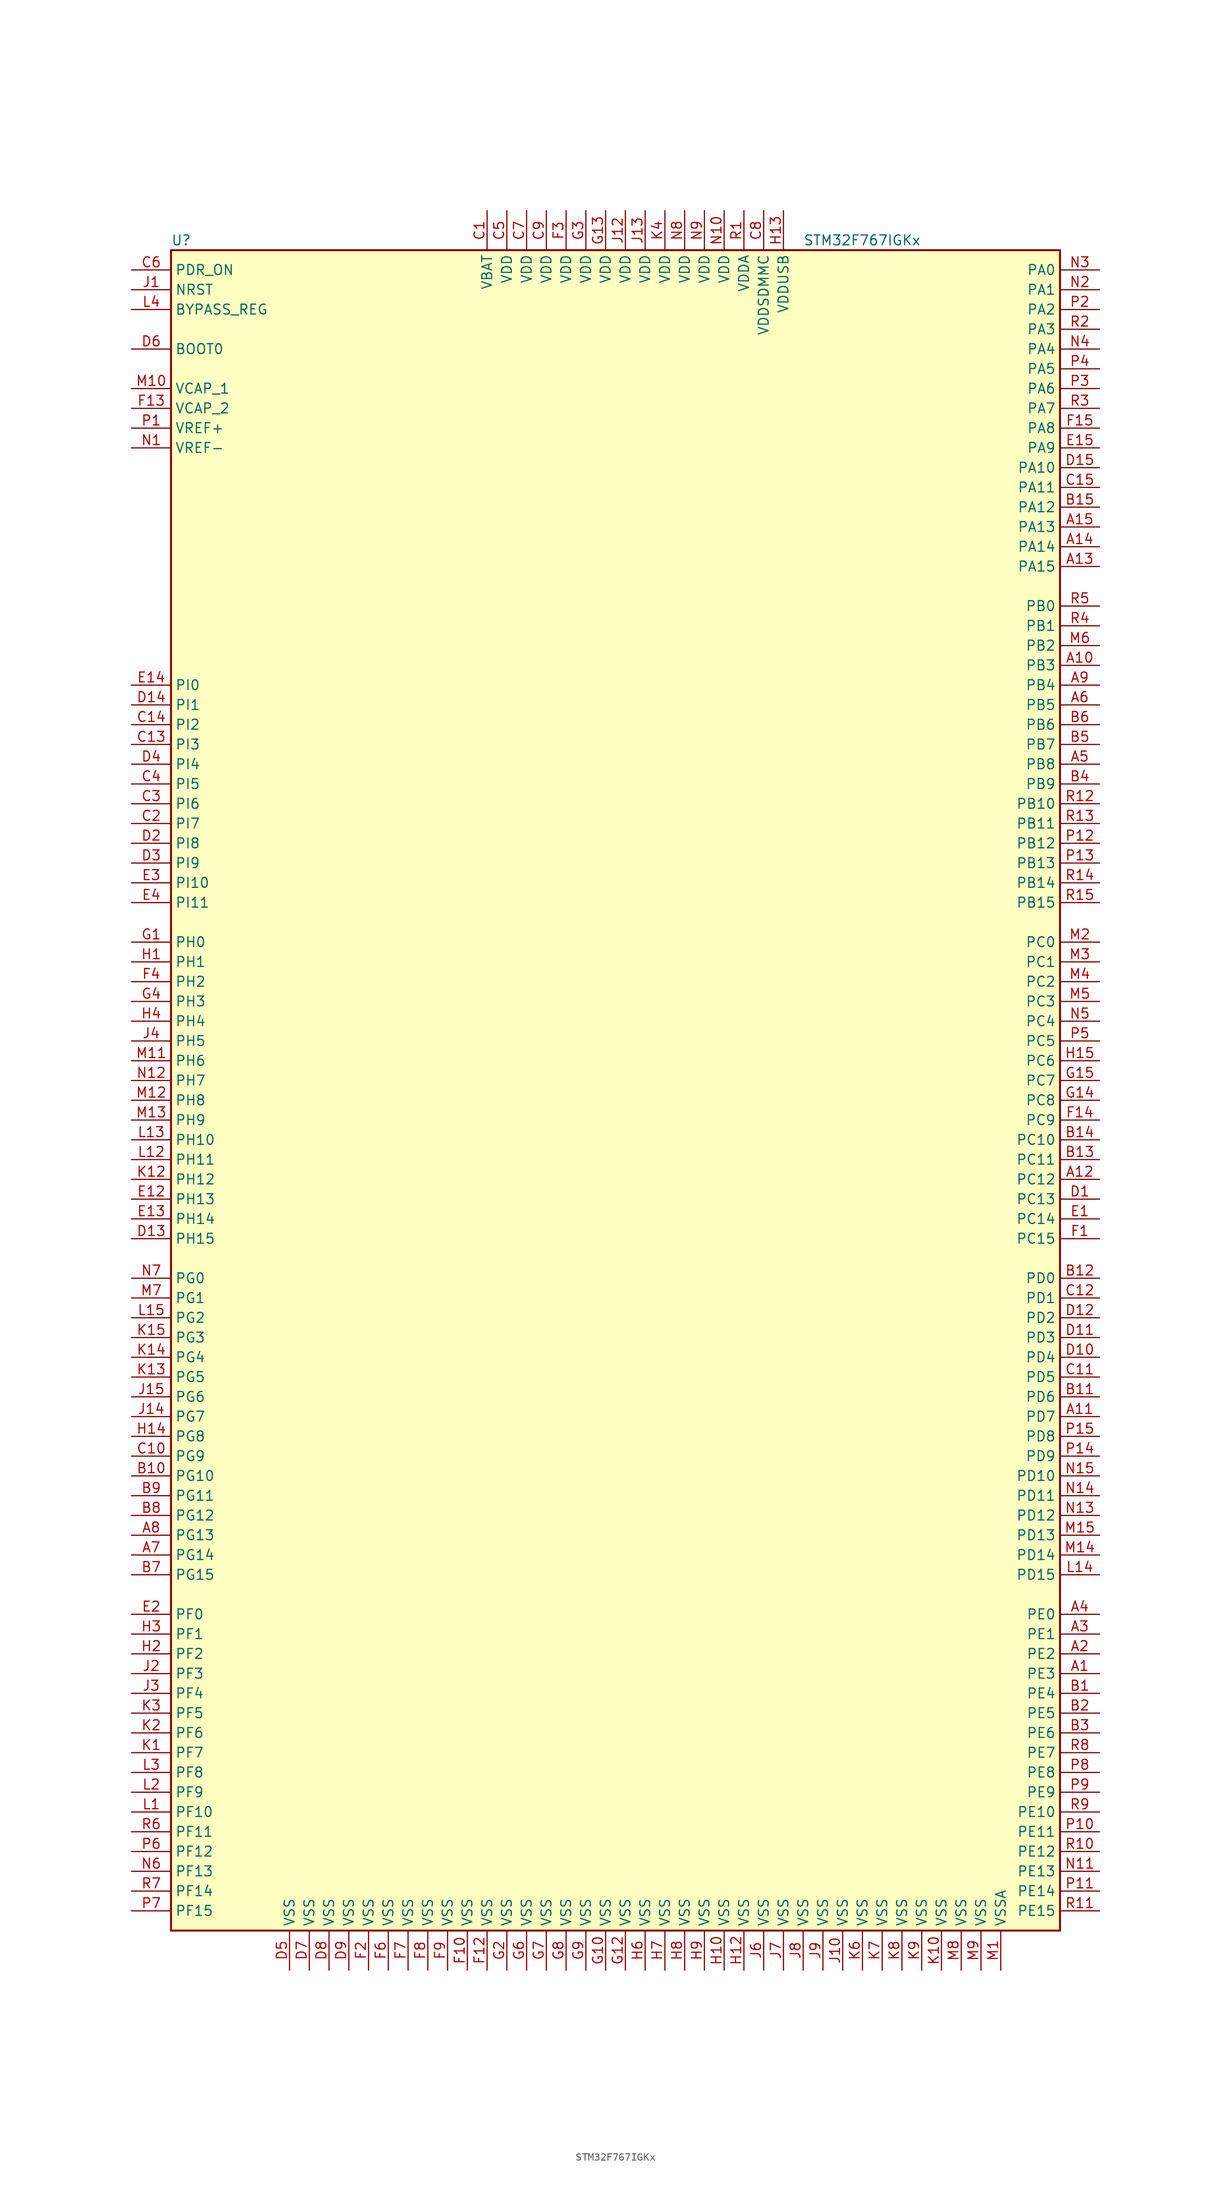
<source format=kicad_sym>
(kicad_symbol_lib
  (version 20201005)
  (generator kicad_symbol_editor)
  (symbol "MCU_ST_STM32F7:STM32F767IGKx"
    (property "Reference" "U"
      (at -58.42 107.95 0)
      (effects (font (size 1.27 1.27)) (justify left)))
    (property "Value" "STM32F767IGKx"
      (at 22.86 107.95 0)
      (effects (font (size 1.27 1.27)) (justify left)))
    (symbol "STM32F767IGKx_0_1"
      (rectangle (start -58.42 -109.22) (end 55.88 106.68) (stroke (width 0.254)) (fill (type background))))
    (symbol "STM32F767IGKx_1_1"
      (pin input line (at -63.5 93.98 0) (length 5.08) (name "BOOT0" (effects (font (size 1.27 1.27)))) (number "D6" (effects (font (size 1.27 1.27)))))
      (pin input line (at -63.5 99.06 0) (length 5.08) (name "BYPASS_REG" (effects (font (size 1.27 1.27)))) (number "L4" (effects (font (size 1.27 1.27)))))
      (pin input line (at -63.5 101.6 0) (length 5.08) (name "NRST" (effects (font (size 1.27 1.27)))) (number "J1" (effects (font (size 1.27 1.27)))))
      (pin bidirectional line (at 60.96 104.14 180) (length 5.08) (name "PA0" (effects (font (size 1.27 1.27)))) (number "N3" (effects (font (size 1.27 1.27)))))
      (pin bidirectional line (at 60.96 101.6 180) (length 5.08) (name "PA1" (effects (font (size 1.27 1.27)))) (number "N2" (effects (font (size 1.27 1.27)))))
      (pin bidirectional line (at 60.96 78.74 180) (length 5.08) (name "PA10" (effects (font (size 1.27 1.27)))) (number "D15" (effects (font (size 1.27 1.27)))))
      (pin bidirectional line (at 60.96 76.2 180) (length 5.08) (name "PA11" (effects (font (size 1.27 1.27)))) (number "C15" (effects (font (size 1.27 1.27)))))
      (pin bidirectional line (at 60.96 73.66 180) (length 5.08) (name "PA12" (effects (font (size 1.27 1.27)))) (number "B15" (effects (font (size 1.27 1.27)))))
      (pin bidirectional line (at 60.96 71.12 180) (length 5.08) (name "PA13" (effects (font (size 1.27 1.27)))) (number "A15" (effects (font (size 1.27 1.27)))))
      (pin bidirectional line (at 60.96 68.58 180) (length 5.08) (name "PA14" (effects (font (size 1.27 1.27)))) (number "A14" (effects (font (size 1.27 1.27)))))
      (pin bidirectional line (at 60.96 66.04 180) (length 5.08) (name "PA15" (effects (font (size 1.27 1.27)))) (number "A13" (effects (font (size 1.27 1.27)))))
      (pin bidirectional line (at 60.96 99.06 180) (length 5.08) (name "PA2" (effects (font (size 1.27 1.27)))) (number "P2" (effects (font (size 1.27 1.27)))))
      (pin bidirectional line (at 60.96 96.52 180) (length 5.08) (name "PA3" (effects (font (size 1.27 1.27)))) (number "R2" (effects (font (size 1.27 1.27)))))
      (pin bidirectional line (at 60.96 93.98 180) (length 5.08) (name "PA4" (effects (font (size 1.27 1.27)))) (number "N4" (effects (font (size 1.27 1.27)))))
      (pin bidirectional line (at 60.96 91.44 180) (length 5.08) (name "PA5" (effects (font (size 1.27 1.27)))) (number "P4" (effects (font (size 1.27 1.27)))))
      (pin bidirectional line (at 60.96 88.9 180) (length 5.08) (name "PA6" (effects (font (size 1.27 1.27)))) (number "P3" (effects (font (size 1.27 1.27)))))
      (pin bidirectional line (at 60.96 86.36 180) (length 5.08) (name "PA7" (effects (font (size 1.27 1.27)))) (number "R3" (effects (font (size 1.27 1.27)))))
      (pin bidirectional line (at 60.96 83.82 180) (length 5.08) (name "PA8" (effects (font (size 1.27 1.27)))) (number "F15" (effects (font (size 1.27 1.27)))))
      (pin bidirectional line (at 60.96 81.28 180) (length 5.08) (name "PA9" (effects (font (size 1.27 1.27)))) (number "E15" (effects (font (size 1.27 1.27)))))
      (pin bidirectional line (at 60.96 60.96 180) (length 5.08) (name "PB0" (effects (font (size 1.27 1.27)))) (number "R5" (effects (font (size 1.27 1.27)))))
      (pin bidirectional line (at 60.96 58.42 180) (length 5.08) (name "PB1" (effects (font (size 1.27 1.27)))) (number "R4" (effects (font (size 1.27 1.27)))))
      (pin bidirectional line (at 60.96 35.56 180) (length 5.08) (name "PB10" (effects (font (size 1.27 1.27)))) (number "R12" (effects (font (size 1.27 1.27)))))
      (pin bidirectional line (at 60.96 33.02 180) (length 5.08) (name "PB11" (effects (font (size 1.27 1.27)))) (number "R13" (effects (font (size 1.27 1.27)))))
      (pin bidirectional line (at 60.96 30.48 180) (length 5.08) (name "PB12" (effects (font (size 1.27 1.27)))) (number "P12" (effects (font (size 1.27 1.27)))))
      (pin bidirectional line (at 60.96 27.94 180) (length 5.08) (name "PB13" (effects (font (size 1.27 1.27)))) (number "P13" (effects (font (size 1.27 1.27)))))
      (pin bidirectional line (at 60.96 25.4 180) (length 5.08) (name "PB14" (effects (font (size 1.27 1.27)))) (number "R14" (effects (font (size 1.27 1.27)))))
      (pin bidirectional line (at 60.96 22.86 180) (length 5.08) (name "PB15" (effects (font (size 1.27 1.27)))) (number "R15" (effects (font (size 1.27 1.27)))))
      (pin bidirectional line (at 60.96 55.88 180) (length 5.08) (name "PB2" (effects (font (size 1.27 1.27)))) (number "M6" (effects (font (size 1.27 1.27)))))
      (pin bidirectional line (at 60.96 53.34 180) (length 5.08) (name "PB3" (effects (font (size 1.27 1.27)))) (number "A10" (effects (font (size 1.27 1.27)))))
      (pin bidirectional line (at 60.96 50.8 180) (length 5.08) (name "PB4" (effects (font (size 1.27 1.27)))) (number "A9" (effects (font (size 1.27 1.27)))))
      (pin bidirectional line (at 60.96 48.26 180) (length 5.08) (name "PB5" (effects (font (size 1.27 1.27)))) (number "A6" (effects (font (size 1.27 1.27)))))
      (pin bidirectional line (at 60.96 45.72 180) (length 5.08) (name "PB6" (effects (font (size 1.27 1.27)))) (number "B6" (effects (font (size 1.27 1.27)))))
      (pin bidirectional line (at 60.96 43.18 180) (length 5.08) (name "PB7" (effects (font (size 1.27 1.27)))) (number "B5" (effects (font (size 1.27 1.27)))))
      (pin bidirectional line (at 60.96 40.64 180) (length 5.08) (name "PB8" (effects (font (size 1.27 1.27)))) (number "A5" (effects (font (size 1.27 1.27)))))
      (pin bidirectional line (at 60.96 38.1 180) (length 5.08) (name "PB9" (effects (font (size 1.27 1.27)))) (number "B4" (effects (font (size 1.27 1.27)))))
      (pin bidirectional line (at 60.96 17.78 180) (length 5.08) (name "PC0" (effects (font (size 1.27 1.27)))) (number "M2" (effects (font (size 1.27 1.27)))))
      (pin bidirectional line (at 60.96 15.24 180) (length 5.08) (name "PC1" (effects (font (size 1.27 1.27)))) (number "M3" (effects (font (size 1.27 1.27)))))
      (pin bidirectional line (at 60.96 -7.62 180) (length 5.08) (name "PC10" (effects (font (size 1.27 1.27)))) (number "B14" (effects (font (size 1.27 1.27)))))
      (pin bidirectional line (at 60.96 -10.16 180) (length 5.08) (name "PC11" (effects (font (size 1.27 1.27)))) (number "B13" (effects (font (size 1.27 1.27)))))
      (pin bidirectional line (at 60.96 -12.7 180) (length 5.08) (name "PC12" (effects (font (size 1.27 1.27)))) (number "A12" (effects (font (size 1.27 1.27)))))
      (pin bidirectional line (at 60.96 -15.24 180) (length 5.08) (name "PC13" (effects (font (size 1.27 1.27)))) (number "D1" (effects (font (size 1.27 1.27)))))
      (pin bidirectional line (at 60.96 -17.78 180) (length 5.08) (name "PC14" (effects (font (size 1.27 1.27)))) (number "E1" (effects (font (size 1.27 1.27)))))
      (pin bidirectional line (at 60.96 -20.32 180) (length 5.08) (name "PC15" (effects (font (size 1.27 1.27)))) (number "F1" (effects (font (size 1.27 1.27)))))
      (pin bidirectional line (at 60.96 12.7 180) (length 5.08) (name "PC2" (effects (font (size 1.27 1.27)))) (number "M4" (effects (font (size 1.27 1.27)))))
      (pin bidirectional line (at 60.96 10.16 180) (length 5.08) (name "PC3" (effects (font (size 1.27 1.27)))) (number "M5" (effects (font (size 1.27 1.27)))))
      (pin bidirectional line (at 60.96 7.62 180) (length 5.08) (name "PC4" (effects (font (size 1.27 1.27)))) (number "N5" (effects (font (size 1.27 1.27)))))
      (pin bidirectional line (at 60.96 5.08 180) (length 5.08) (name "PC5" (effects (font (size 1.27 1.27)))) (number "P5" (effects (font (size 1.27 1.27)))))
      (pin bidirectional line (at 60.96 2.54 180) (length 5.08) (name "PC6" (effects (font (size 1.27 1.27)))) (number "H15" (effects (font (size 1.27 1.27)))))
      (pin bidirectional line (at 60.96 0 180) (length 5.08) (name "PC7" (effects (font (size 1.27 1.27)))) (number "G15" (effects (font (size 1.27 1.27)))))
      (pin bidirectional line (at 60.96 -2.54 180) (length 5.08) (name "PC8" (effects (font (size 1.27 1.27)))) (number "G14" (effects (font (size 1.27 1.27)))))
      (pin bidirectional line (at 60.96 -5.08 180) (length 5.08) (name "PC9" (effects (font (size 1.27 1.27)))) (number "F14" (effects (font (size 1.27 1.27)))))
      (pin bidirectional line (at 60.96 -25.4 180) (length 5.08) (name "PD0" (effects (font (size 1.27 1.27)))) (number "B12" (effects (font (size 1.27 1.27)))))
      (pin bidirectional line (at 60.96 -27.94 180) (length 5.08) (name "PD1" (effects (font (size 1.27 1.27)))) (number "C12" (effects (font (size 1.27 1.27)))))
      (pin bidirectional line (at 60.96 -50.8 180) (length 5.08) (name "PD10" (effects (font (size 1.27 1.27)))) (number "N15" (effects (font (size 1.27 1.27)))))
      (pin bidirectional line (at 60.96 -53.34 180) (length 5.08) (name "PD11" (effects (font (size 1.27 1.27)))) (number "N14" (effects (font (size 1.27 1.27)))))
      (pin bidirectional line (at 60.96 -55.88 180) (length 5.08) (name "PD12" (effects (font (size 1.27 1.27)))) (number "N13" (effects (font (size 1.27 1.27)))))
      (pin bidirectional line (at 60.96 -58.42 180) (length 5.08) (name "PD13" (effects (font (size 1.27 1.27)))) (number "M15" (effects (font (size 1.27 1.27)))))
      (pin bidirectional line (at 60.96 -60.96 180) (length 5.08) (name "PD14" (effects (font (size 1.27 1.27)))) (number "M14" (effects (font (size 1.27 1.27)))))
      (pin bidirectional line (at 60.96 -63.5 180) (length 5.08) (name "PD15" (effects (font (size 1.27 1.27)))) (number "L14" (effects (font (size 1.27 1.27)))))
      (pin bidirectional line (at 60.96 -30.48 180) (length 5.08) (name "PD2" (effects (font (size 1.27 1.27)))) (number "D12" (effects (font (size 1.27 1.27)))))
      (pin bidirectional line (at 60.96 -33.02 180) (length 5.08) (name "PD3" (effects (font (size 1.27 1.27)))) (number "D11" (effects (font (size 1.27 1.27)))))
      (pin bidirectional line (at 60.96 -35.56 180) (length 5.08) (name "PD4" (effects (font (size 1.27 1.27)))) (number "D10" (effects (font (size 1.27 1.27)))))
      (pin bidirectional line (at 60.96 -38.1 180) (length 5.08) (name "PD5" (effects (font (size 1.27 1.27)))) (number "C11" (effects (font (size 1.27 1.27)))))
      (pin bidirectional line (at 60.96 -40.64 180) (length 5.08) (name "PD6" (effects (font (size 1.27 1.27)))) (number "B11" (effects (font (size 1.27 1.27)))))
      (pin bidirectional line (at 60.96 -43.18 180) (length 5.08) (name "PD7" (effects (font (size 1.27 1.27)))) (number "A11" (effects (font (size 1.27 1.27)))))
      (pin bidirectional line (at 60.96 -45.72 180) (length 5.08) (name "PD8" (effects (font (size 1.27 1.27)))) (number "P15" (effects (font (size 1.27 1.27)))))
      (pin bidirectional line (at 60.96 -48.26 180) (length 5.08) (name "PD9" (effects (font (size 1.27 1.27)))) (number "P14" (effects (font (size 1.27 1.27)))))
      (pin input line (at -63.5 104.14 0) (length 5.08) (name "PDR_ON" (effects (font (size 1.27 1.27)))) (number "C6" (effects (font (size 1.27 1.27)))))
      (pin bidirectional line (at 60.96 -68.58 180) (length 5.08) (name "PE0" (effects (font (size 1.27 1.27)))) (number "A4" (effects (font (size 1.27 1.27)))))
      (pin bidirectional line (at 60.96 -71.12 180) (length 5.08) (name "PE1" (effects (font (size 1.27 1.27)))) (number "A3" (effects (font (size 1.27 1.27)))))
      (pin bidirectional line (at 60.96 -93.98 180) (length 5.08) (name "PE10" (effects (font (size 1.27 1.27)))) (number "R9" (effects (font (size 1.27 1.27)))))
      (pin bidirectional line (at 60.96 -96.52 180) (length 5.08) (name "PE11" (effects (font (size 1.27 1.27)))) (number "P10" (effects (font (size 1.27 1.27)))))
      (pin bidirectional line (at 60.96 -99.06 180) (length 5.08) (name "PE12" (effects (font (size 1.27 1.27)))) (number "R10" (effects (font (size 1.27 1.27)))))
      (pin bidirectional line (at 60.96 -101.6 180) (length 5.08) (name "PE13" (effects (font (size 1.27 1.27)))) (number "N11" (effects (font (size 1.27 1.27)))))
      (pin bidirectional line (at 60.96 -104.14 180) (length 5.08) (name "PE14" (effects (font (size 1.27 1.27)))) (number "P11" (effects (font (size 1.27 1.27)))))
      (pin bidirectional line (at 60.96 -106.68 180) (length 5.08) (name "PE15" (effects (font (size 1.27 1.27)))) (number "R11" (effects (font (size 1.27 1.27)))))
      (pin bidirectional line (at 60.96 -73.66 180) (length 5.08) (name "PE2" (effects (font (size 1.27 1.27)))) (number "A2" (effects (font (size 1.27 1.27)))))
      (pin bidirectional line (at 60.96 -76.2 180) (length 5.08) (name "PE3" (effects (font (size 1.27 1.27)))) (number "A1" (effects (font (size 1.27 1.27)))))
      (pin bidirectional line (at 60.96 -78.74 180) (length 5.08) (name "PE4" (effects (font (size 1.27 1.27)))) (number "B1" (effects (font (size 1.27 1.27)))))
      (pin bidirectional line (at 60.96 -81.28 180) (length 5.08) (name "PE5" (effects (font (size 1.27 1.27)))) (number "B2" (effects (font (size 1.27 1.27)))))
      (pin bidirectional line (at 60.96 -83.82 180) (length 5.08) (name "PE6" (effects (font (size 1.27 1.27)))) (number "B3" (effects (font (size 1.27 1.27)))))
      (pin bidirectional line (at 60.96 -86.36 180) (length 5.08) (name "PE7" (effects (font (size 1.27 1.27)))) (number "R8" (effects (font (size 1.27 1.27)))))
      (pin bidirectional line (at 60.96 -88.9 180) (length 5.08) (name "PE8" (effects (font (size 1.27 1.27)))) (number "P8" (effects (font (size 1.27 1.27)))))
      (pin bidirectional line (at 60.96 -91.44 180) (length 5.08) (name "PE9" (effects (font (size 1.27 1.27)))) (number "P9" (effects (font (size 1.27 1.27)))))
      (pin bidirectional line (at -63.5 -68.58 0) (length 5.08) (name "PF0" (effects (font (size 1.27 1.27)))) (number "E2" (effects (font (size 1.27 1.27)))))
      (pin bidirectional line (at -63.5 -71.12 0) (length 5.08) (name "PF1" (effects (font (size 1.27 1.27)))) (number "H3" (effects (font (size 1.27 1.27)))))
      (pin bidirectional line (at -63.5 -93.98 0) (length 5.08) (name "PF10" (effects (font (size 1.27 1.27)))) (number "L1" (effects (font (size 1.27 1.27)))))
      (pin bidirectional line (at -63.5 -96.52 0) (length 5.08) (name "PF11" (effects (font (size 1.27 1.27)))) (number "R6" (effects (font (size 1.27 1.27)))))
      (pin bidirectional line (at -63.5 -99.06 0) (length 5.08) (name "PF12" (effects (font (size 1.27 1.27)))) (number "P6" (effects (font (size 1.27 1.27)))))
      (pin bidirectional line (at -63.5 -101.6 0) (length 5.08) (name "PF13" (effects (font (size 1.27 1.27)))) (number "N6" (effects (font (size 1.27 1.27)))))
      (pin bidirectional line (at -63.5 -104.14 0) (length 5.08) (name "PF14" (effects (font (size 1.27 1.27)))) (number "R7" (effects (font (size 1.27 1.27)))))
      (pin bidirectional line (at -63.5 -106.68 0) (length 5.08) (name "PF15" (effects (font (size 1.27 1.27)))) (number "P7" (effects (font (size 1.27 1.27)))))
      (pin bidirectional line (at -63.5 -73.66 0) (length 5.08) (name "PF2" (effects (font (size 1.27 1.27)))) (number "H2" (effects (font (size 1.27 1.27)))))
      (pin bidirectional line (at -63.5 -76.2 0) (length 5.08) (name "PF3" (effects (font (size 1.27 1.27)))) (number "J2" (effects (font (size 1.27 1.27)))))
      (pin bidirectional line (at -63.5 -78.74 0) (length 5.08) (name "PF4" (effects (font (size 1.27 1.27)))) (number "J3" (effects (font (size 1.27 1.27)))))
      (pin bidirectional line (at -63.5 -81.28 0) (length 5.08) (name "PF5" (effects (font (size 1.27 1.27)))) (number "K3" (effects (font (size 1.27 1.27)))))
      (pin bidirectional line (at -63.5 -83.82 0) (length 5.08) (name "PF6" (effects (font (size 1.27 1.27)))) (number "K2" (effects (font (size 1.27 1.27)))))
      (pin bidirectional line (at -63.5 -86.36 0) (length 5.08) (name "PF7" (effects (font (size 1.27 1.27)))) (number "K1" (effects (font (size 1.27 1.27)))))
      (pin bidirectional line (at -63.5 -88.9 0) (length 5.08) (name "PF8" (effects (font (size 1.27 1.27)))) (number "L3" (effects (font (size 1.27 1.27)))))
      (pin bidirectional line (at -63.5 -91.44 0) (length 5.08) (name "PF9" (effects (font (size 1.27 1.27)))) (number "L2" (effects (font (size 1.27 1.27)))))
      (pin bidirectional line (at -63.5 -25.4 0) (length 5.08) (name "PG0" (effects (font (size 1.27 1.27)))) (number "N7" (effects (font (size 1.27 1.27)))))
      (pin bidirectional line (at -63.5 -27.94 0) (length 5.08) (name "PG1" (effects (font (size 1.27 1.27)))) (number "M7" (effects (font (size 1.27 1.27)))))
      (pin bidirectional line (at -63.5 -50.8 0) (length 5.08) (name "PG10" (effects (font (size 1.27 1.27)))) (number "B10" (effects (font (size 1.27 1.27)))))
      (pin bidirectional line (at -63.5 -53.34 0) (length 5.08) (name "PG11" (effects (font (size 1.27 1.27)))) (number "B9" (effects (font (size 1.27 1.27)))))
      (pin bidirectional line (at -63.5 -55.88 0) (length 5.08) (name "PG12" (effects (font (size 1.27 1.27)))) (number "B8" (effects (font (size 1.27 1.27)))))
      (pin bidirectional line (at -63.5 -58.42 0) (length 5.08) (name "PG13" (effects (font (size 1.27 1.27)))) (number "A8" (effects (font (size 1.27 1.27)))))
      (pin bidirectional line (at -63.5 -60.96 0) (length 5.08) (name "PG14" (effects (font (size 1.27 1.27)))) (number "A7" (effects (font (size 1.27 1.27)))))
      (pin bidirectional line (at -63.5 -63.5 0) (length 5.08) (name "PG15" (effects (font (size 1.27 1.27)))) (number "B7" (effects (font (size 1.27 1.27)))))
      (pin bidirectional line (at -63.5 -30.48 0) (length 5.08) (name "PG2" (effects (font (size 1.27 1.27)))) (number "L15" (effects (font (size 1.27 1.27)))))
      (pin bidirectional line (at -63.5 -33.02 0) (length 5.08) (name "PG3" (effects (font (size 1.27 1.27)))) (number "K15" (effects (font (size 1.27 1.27)))))
      (pin bidirectional line (at -63.5 -35.56 0) (length 5.08) (name "PG4" (effects (font (size 1.27 1.27)))) (number "K14" (effects (font (size 1.27 1.27)))))
      (pin bidirectional line (at -63.5 -38.1 0) (length 5.08) (name "PG5" (effects (font (size 1.27 1.27)))) (number "K13" (effects (font (size 1.27 1.27)))))
      (pin bidirectional line (at -63.5 -40.64 0) (length 5.08) (name "PG6" (effects (font (size 1.27 1.27)))) (number "J15" (effects (font (size 1.27 1.27)))))
      (pin bidirectional line (at -63.5 -43.18 0) (length 5.08) (name "PG7" (effects (font (size 1.27 1.27)))) (number "J14" (effects (font (size 1.27 1.27)))))
      (pin bidirectional line (at -63.5 -45.72 0) (length 5.08) (name "PG8" (effects (font (size 1.27 1.27)))) (number "H14" (effects (font (size 1.27 1.27)))))
      (pin bidirectional line (at -63.5 -48.26 0) (length 5.08) (name "PG9" (effects (font (size 1.27 1.27)))) (number "C10" (effects (font (size 1.27 1.27)))))
      (pin input line (at -63.5 17.78 0) (length 5.08) (name "PH0" (effects (font (size 1.27 1.27)))) (number "G1" (effects (font (size 1.27 1.27)))))
      (pin input line (at -63.5 15.24 0) (length 5.08) (name "PH1" (effects (font (size 1.27 1.27)))) (number "H1" (effects (font (size 1.27 1.27)))))
      (pin bidirectional line (at -63.5 -7.62 0) (length 5.08) (name "PH10" (effects (font (size 1.27 1.27)))) (number "L13" (effects (font (size 1.27 1.27)))))
      (pin bidirectional line (at -63.5 -10.16 0) (length 5.08) (name "PH11" (effects (font (size 1.27 1.27)))) (number "L12" (effects (font (size 1.27 1.27)))))
      (pin bidirectional line (at -63.5 -12.7 0) (length 5.08) (name "PH12" (effects (font (size 1.27 1.27)))) (number "K12" (effects (font (size 1.27 1.27)))))
      (pin bidirectional line (at -63.5 -15.24 0) (length 5.08) (name "PH13" (effects (font (size 1.27 1.27)))) (number "E12" (effects (font (size 1.27 1.27)))))
      (pin bidirectional line (at -63.5 -17.78 0) (length 5.08) (name "PH14" (effects (font (size 1.27 1.27)))) (number "E13" (effects (font (size 1.27 1.27)))))
      (pin bidirectional line (at -63.5 -20.32 0) (length 5.08) (name "PH15" (effects (font (size 1.27 1.27)))) (number "D13" (effects (font (size 1.27 1.27)))))
      (pin bidirectional line (at -63.5 12.7 0) (length 5.08) (name "PH2" (effects (font (size 1.27 1.27)))) (number "F4" (effects (font (size 1.27 1.27)))))
      (pin bidirectional line (at -63.5 10.16 0) (length 5.08) (name "PH3" (effects (font (size 1.27 1.27)))) (number "G4" (effects (font (size 1.27 1.27)))))
      (pin bidirectional line (at -63.5 7.62 0) (length 5.08) (name "PH4" (effects (font (size 1.27 1.27)))) (number "H4" (effects (font (size 1.27 1.27)))))
      (pin bidirectional line (at -63.5 5.08 0) (length 5.08) (name "PH5" (effects (font (size 1.27 1.27)))) (number "J4" (effects (font (size 1.27 1.27)))))
      (pin bidirectional line (at -63.5 2.54 0) (length 5.08) (name "PH6" (effects (font (size 1.27 1.27)))) (number "M11" (effects (font (size 1.27 1.27)))))
      (pin bidirectional line (at -63.5 0 0) (length 5.08) (name "PH7" (effects (font (size 1.27 1.27)))) (number "N12" (effects (font (size 1.27 1.27)))))
      (pin bidirectional line (at -63.5 -2.54 0) (length 5.08) (name "PH8" (effects (font (size 1.27 1.27)))) (number "M12" (effects (font (size 1.27 1.27)))))
      (pin bidirectional line (at -63.5 -5.08 0) (length 5.08) (name "PH9" (effects (font (size 1.27 1.27)))) (number "M13" (effects (font (size 1.27 1.27)))))
      (pin bidirectional line (at -63.5 50.8 0) (length 5.08) (name "PI0" (effects (font (size 1.27 1.27)))) (number "E14" (effects (font (size 1.27 1.27)))))
      (pin bidirectional line (at -63.5 48.26 0) (length 5.08) (name "PI1" (effects (font (size 1.27 1.27)))) (number "D14" (effects (font (size 1.27 1.27)))))
      (pin bidirectional line (at -63.5 25.4 0) (length 5.08) (name "PI10" (effects (font (size 1.27 1.27)))) (number "E3" (effects (font (size 1.27 1.27)))))
      (pin bidirectional line (at -63.5 22.86 0) (length 5.08) (name "PI11" (effects (font (size 1.27 1.27)))) (number "E4" (effects (font (size 1.27 1.27)))))
      (pin bidirectional line (at -63.5 45.72 0) (length 5.08) (name "PI2" (effects (font (size 1.27 1.27)))) (number "C14" (effects (font (size 1.27 1.27)))))
      (pin bidirectional line (at -63.5 43.18 0) (length 5.08) (name "PI3" (effects (font (size 1.27 1.27)))) (number "C13" (effects (font (size 1.27 1.27)))))
      (pin bidirectional line (at -63.5 40.64 0) (length 5.08) (name "PI4" (effects (font (size 1.27 1.27)))) (number "D4" (effects (font (size 1.27 1.27)))))
      (pin bidirectional line (at -63.5 38.1 0) (length 5.08) (name "PI5" (effects (font (size 1.27 1.27)))) (number "C4" (effects (font (size 1.27 1.27)))))
      (pin bidirectional line (at -63.5 35.56 0) (length 5.08) (name "PI6" (effects (font (size 1.27 1.27)))) (number "C3" (effects (font (size 1.27 1.27)))))
      (pin bidirectional line (at -63.5 33.02 0) (length 5.08) (name "PI7" (effects (font (size 1.27 1.27)))) (number "C2" (effects (font (size 1.27 1.27)))))
      (pin bidirectional line (at -63.5 30.48 0) (length 5.08) (name "PI8" (effects (font (size 1.27 1.27)))) (number "D2" (effects (font (size 1.27 1.27)))))
      (pin bidirectional line (at -63.5 27.94 0) (length 5.08) (name "PI9" (effects (font (size 1.27 1.27)))) (number "D3" (effects (font (size 1.27 1.27)))))
      (pin power_in line (at -17.78 111.76 270) (length 5.08) (name "VBAT" (effects (font (size 1.27 1.27)))) (number "C1" (effects (font (size 1.27 1.27)))))
      (pin power_in line (at -63.5 88.9 0) (length 5.08) (name "VCAP_1" (effects (font (size 1.27 1.27)))) (number "M10" (effects (font (size 1.27 1.27)))))
      (pin power_in line (at -63.5 86.36 0) (length 5.08) (name "VCAP_2" (effects (font (size 1.27 1.27)))) (number "F13" (effects (font (size 1.27 1.27)))))
      (pin power_in line (at -15.24 111.76 270) (length 5.08) (name "VDD" (effects (font (size 1.27 1.27)))) (number "C5" (effects (font (size 1.27 1.27)))))
      (pin power_in line (at -12.7 111.76 270) (length 5.08) (name "VDD" (effects (font (size 1.27 1.27)))) (number "C7" (effects (font (size 1.27 1.27)))))
      (pin power_in line (at -10.16 111.76 270) (length 5.08) (name "VDD" (effects (font (size 1.27 1.27)))) (number "C9" (effects (font (size 1.27 1.27)))))
      (pin power_in line (at -7.62 111.76 270) (length 5.08) (name "VDD" (effects (font (size 1.27 1.27)))) (number "F3" (effects (font (size 1.27 1.27)))))
      (pin power_in line (at -2.54 111.76 270) (length 5.08) (name "VDD" (effects (font (size 1.27 1.27)))) (number "G13" (effects (font (size 1.27 1.27)))))
      (pin power_in line (at -5.08 111.76 270) (length 5.08) (name "VDD" (effects (font (size 1.27 1.27)))) (number "G3" (effects (font (size 1.27 1.27)))))
      (pin power_in line (at 0 111.76 270) (length 5.08) (name "VDD" (effects (font (size 1.27 1.27)))) (number "J12" (effects (font (size 1.27 1.27)))))
      (pin power_in line (at 2.54 111.76 270) (length 5.08) (name "VDD" (effects (font (size 1.27 1.27)))) (number "J13" (effects (font (size 1.27 1.27)))))
      (pin power_in line (at 5.08 111.76 270) (length 5.08) (name "VDD" (effects (font (size 1.27 1.27)))) (number "K4" (effects (font (size 1.27 1.27)))))
      (pin power_in line (at 12.7 111.76 270) (length 5.08) (name "VDD" (effects (font (size 1.27 1.27)))) (number "N10" (effects (font (size 1.27 1.27)))))
      (pin power_in line (at 7.62 111.76 270) (length 5.08) (name "VDD" (effects (font (size 1.27 1.27)))) (number "N8" (effects (font (size 1.27 1.27)))))
      (pin power_in line (at 10.16 111.76 270) (length 5.08) (name "VDD" (effects (font (size 1.27 1.27)))) (number "N9" (effects (font (size 1.27 1.27)))))
      (pin power_in line (at 15.24 111.76 270) (length 5.08) (name "VDDA" (effects (font (size 1.27 1.27)))) (number "R1" (effects (font (size 1.27 1.27)))))
      (pin power_in line (at 17.78 111.76 270) (length 5.08) (name "VDDSDMMC" (effects (font (size 1.27 1.27)))) (number "C8" (effects (font (size 1.27 1.27)))))
      (pin power_in line (at 20.32 111.76 270) (length 5.08) (name "VDDUSB" (effects (font (size 1.27 1.27)))) (number "H13" (effects (font (size 1.27 1.27)))))
      (pin power_in line (at -63.5 83.82 0) (length 5.08) (name "VREF+" (effects (font (size 1.27 1.27)))) (number "P1" (effects (font (size 1.27 1.27)))))
      (pin power_in line (at -63.5 81.28 0) (length 5.08) (name "VREF-" (effects (font (size 1.27 1.27)))) (number "N1" (effects (font (size 1.27 1.27)))))
      (pin power_in line (at -43.18 -114.3 90) (length 5.08) (name "VSS" (effects (font (size 1.27 1.27)))) (number "D5" (effects (font (size 1.27 1.27)))))
      (pin power_in line (at -40.64 -114.3 90) (length 5.08) (name "VSS" (effects (font (size 1.27 1.27)))) (number "D7" (effects (font (size 1.27 1.27)))))
      (pin power_in line (at -38.1 -114.3 90) (length 5.08) (name "VSS" (effects (font (size 1.27 1.27)))) (number "D8" (effects (font (size 1.27 1.27)))))
      (pin power_in line (at -35.56 -114.3 90) (length 5.08) (name "VSS" (effects (font (size 1.27 1.27)))) (number "D9" (effects (font (size 1.27 1.27)))))
      (pin power_in line (at -20.32 -114.3 90) (length 5.08) (name "VSS" (effects (font (size 1.27 1.27)))) (number "F10" (effects (font (size 1.27 1.27)))))
      (pin power_in line (at -17.78 -114.3 90) (length 5.08) (name "VSS" (effects (font (size 1.27 1.27)))) (number "F12" (effects (font (size 1.27 1.27)))))
      (pin power_in line (at -33.02 -114.3 90) (length 5.08) (name "VSS" (effects (font (size 1.27 1.27)))) (number "F2" (effects (font (size 1.27 1.27)))))
      (pin power_in line (at -30.48 -114.3 90) (length 5.08) (name "VSS" (effects (font (size 1.27 1.27)))) (number "F6" (effects (font (size 1.27 1.27)))))
      (pin power_in line (at -27.94 -114.3 90) (length 5.08) (name "VSS" (effects (font (size 1.27 1.27)))) (number "F7" (effects (font (size 1.27 1.27)))))
      (pin power_in line (at -25.4 -114.3 90) (length 5.08) (name "VSS" (effects (font (size 1.27 1.27)))) (number "F8" (effects (font (size 1.27 1.27)))))
      (pin power_in line (at -22.86 -114.3 90) (length 5.08) (name "VSS" (effects (font (size 1.27 1.27)))) (number "F9" (effects (font (size 1.27 1.27)))))
      (pin power_in line (at -2.54 -114.3 90) (length 5.08) (name "VSS" (effects (font (size 1.27 1.27)))) (number "G10" (effects (font (size 1.27 1.27)))))
      (pin power_in line (at 0 -114.3 90) (length 5.08) (name "VSS" (effects (font (size 1.27 1.27)))) (number "G12" (effects (font (size 1.27 1.27)))))
      (pin power_in line (at -15.24 -114.3 90) (length 5.08) (name "VSS" (effects (font (size 1.27 1.27)))) (number "G2" (effects (font (size 1.27 1.27)))))
      (pin power_in line (at -12.7 -114.3 90) (length 5.08) (name "VSS" (effects (font (size 1.27 1.27)))) (number "G6" (effects (font (size 1.27 1.27)))))
      (pin power_in line (at -10.16 -114.3 90) (length 5.08) (name "VSS" (effects (font (size 1.27 1.27)))) (number "G7" (effects (font (size 1.27 1.27)))))
      (pin power_in line (at -7.62 -114.3 90) (length 5.08) (name "VSS" (effects (font (size 1.27 1.27)))) (number "G8" (effects (font (size 1.27 1.27)))))
      (pin power_in line (at -5.08 -114.3 90) (length 5.08) (name "VSS" (effects (font (size 1.27 1.27)))) (number "G9" (effects (font (size 1.27 1.27)))))
      (pin power_in line (at 12.7 -114.3 90) (length 5.08) (name "VSS" (effects (font (size 1.27 1.27)))) (number "H10" (effects (font (size 1.27 1.27)))))
      (pin power_in line (at 15.24 -114.3 90) (length 5.08) (name "VSS" (effects (font (size 1.27 1.27)))) (number "H12" (effects (font (size 1.27 1.27)))))
      (pin power_in line (at 2.54 -114.3 90) (length 5.08) (name "VSS" (effects (font (size 1.27 1.27)))) (number "H6" (effects (font (size 1.27 1.27)))))
      (pin power_in line (at 5.08 -114.3 90) (length 5.08) (name "VSS" (effects (font (size 1.27 1.27)))) (number "H7" (effects (font (size 1.27 1.27)))))
      (pin power_in line (at 7.62 -114.3 90) (length 5.08) (name "VSS" (effects (font (size 1.27 1.27)))) (number "H8" (effects (font (size 1.27 1.27)))))
      (pin power_in line (at 10.16 -114.3 90) (length 5.08) (name "VSS" (effects (font (size 1.27 1.27)))) (number "H9" (effects (font (size 1.27 1.27)))))
      (pin power_in line (at 27.94 -114.3 90) (length 5.08) (name "VSS" (effects (font (size 1.27 1.27)))) (number "J10" (effects (font (size 1.27 1.27)))))
      (pin power_in line (at 17.78 -114.3 90) (length 5.08) (name "VSS" (effects (font (size 1.27 1.27)))) (number "J6" (effects (font (size 1.27 1.27)))))
      (pin power_in line (at 20.32 -114.3 90) (length 5.08) (name "VSS" (effects (font (size 1.27 1.27)))) (number "J7" (effects (font (size 1.27 1.27)))))
      (pin power_in line (at 22.86 -114.3 90) (length 5.08) (name "VSS" (effects (font (size 1.27 1.27)))) (number "J8" (effects (font (size 1.27 1.27)))))
      (pin power_in line (at 25.4 -114.3 90) (length 5.08) (name "VSS" (effects (font (size 1.27 1.27)))) (number "J9" (effects (font (size 1.27 1.27)))))
      (pin power_in line (at 40.64 -114.3 90) (length 5.08) (name "VSS" (effects (font (size 1.27 1.27)))) (number "K10" (effects (font (size 1.27 1.27)))))
      (pin power_in line (at 30.48 -114.3 90) (length 5.08) (name "VSS" (effects (font (size 1.27 1.27)))) (number "K6" (effects (font (size 1.27 1.27)))))
      (pin power_in line (at 33.02 -114.3 90) (length 5.08) (name "VSS" (effects (font (size 1.27 1.27)))) (number "K7" (effects (font (size 1.27 1.27)))))
      (pin power_in line (at 35.56 -114.3 90) (length 5.08) (name "VSS" (effects (font (size 1.27 1.27)))) (number "K8" (effects (font (size 1.27 1.27)))))
      (pin power_in line (at 38.1 -114.3 90) (length 5.08) (name "VSS" (effects (font (size 1.27 1.27)))) (number "K9" (effects (font (size 1.27 1.27)))))
      (pin power_in line (at 43.18 -114.3 90) (length 5.08) (name "VSS" (effects (font (size 1.27 1.27)))) (number "M8" (effects (font (size 1.27 1.27)))))
      (pin power_in line (at 45.72 -114.3 90) (length 5.08) (name "VSS" (effects (font (size 1.27 1.27)))) (number "M9" (effects (font (size 1.27 1.27)))))
      (pin power_in line (at 48.26 -114.3 90) (length 5.08) (name "VSSA" (effects (font (size 1.27 1.27)))) (number "M1" (effects (font (size 1.27 1.27))))))))
</source>
